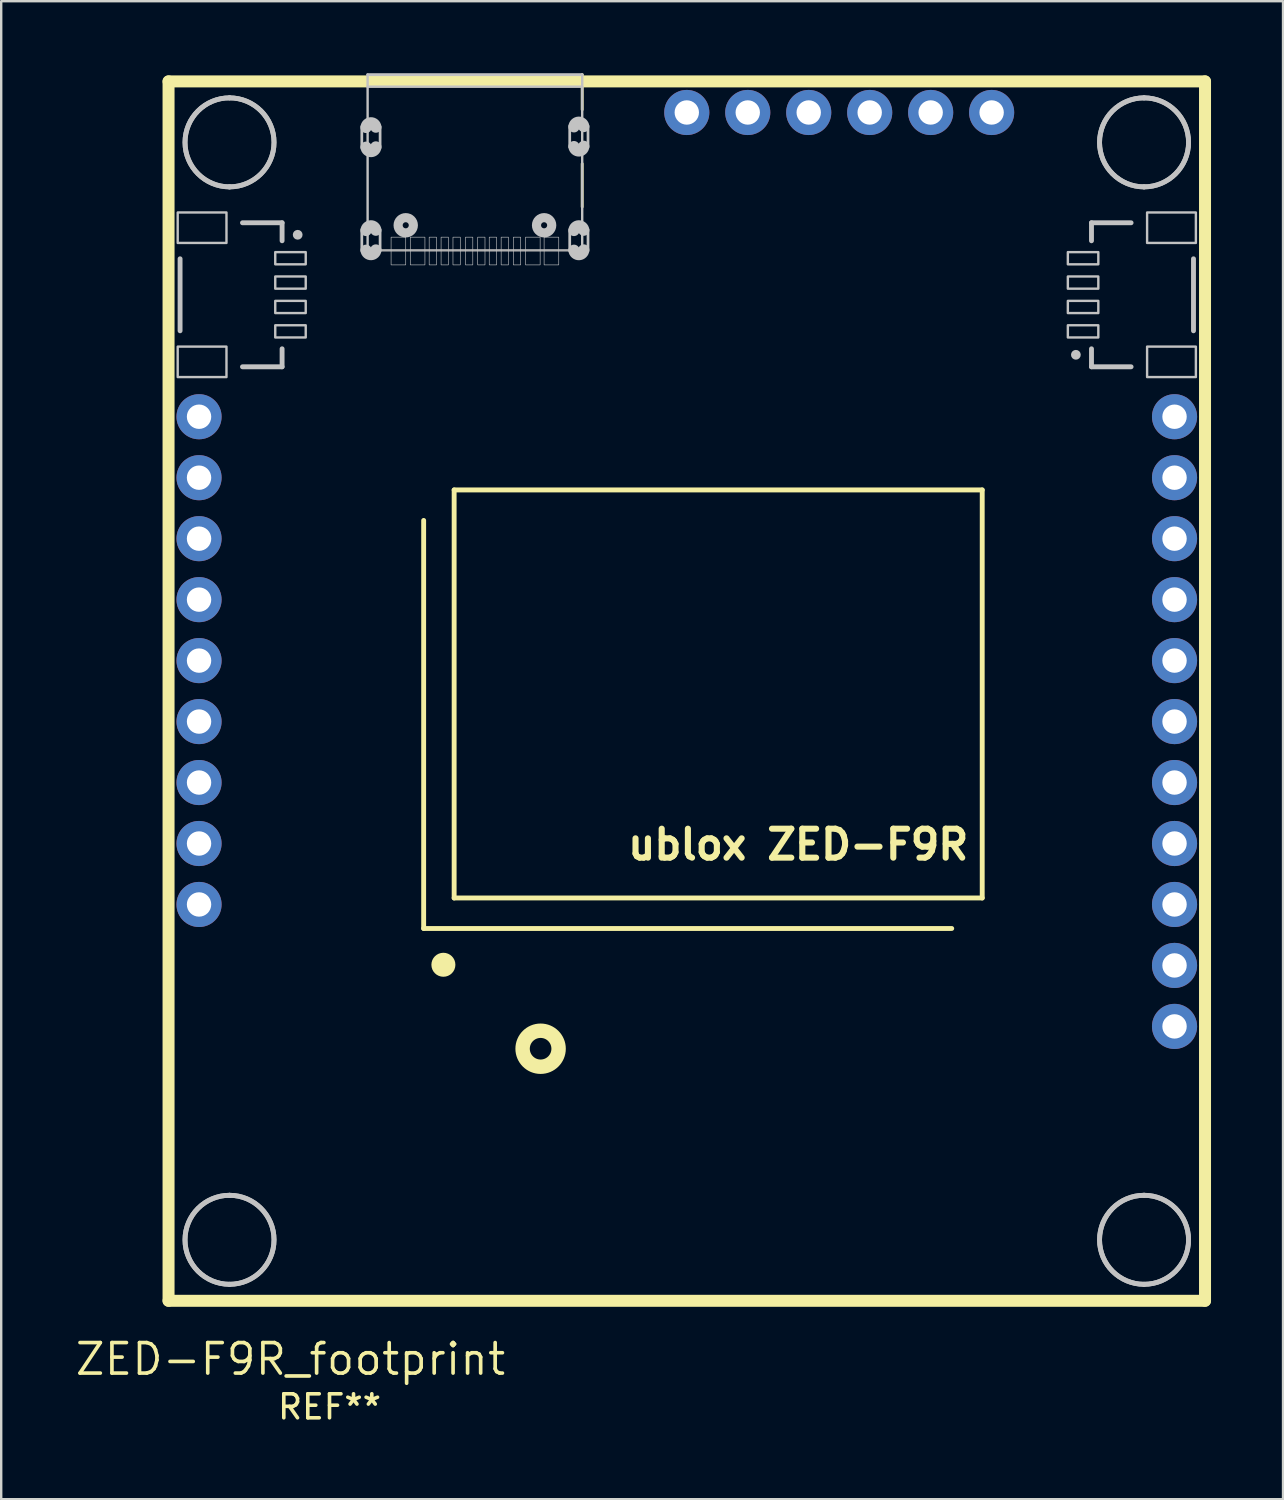
<source format=kicad_pcb>
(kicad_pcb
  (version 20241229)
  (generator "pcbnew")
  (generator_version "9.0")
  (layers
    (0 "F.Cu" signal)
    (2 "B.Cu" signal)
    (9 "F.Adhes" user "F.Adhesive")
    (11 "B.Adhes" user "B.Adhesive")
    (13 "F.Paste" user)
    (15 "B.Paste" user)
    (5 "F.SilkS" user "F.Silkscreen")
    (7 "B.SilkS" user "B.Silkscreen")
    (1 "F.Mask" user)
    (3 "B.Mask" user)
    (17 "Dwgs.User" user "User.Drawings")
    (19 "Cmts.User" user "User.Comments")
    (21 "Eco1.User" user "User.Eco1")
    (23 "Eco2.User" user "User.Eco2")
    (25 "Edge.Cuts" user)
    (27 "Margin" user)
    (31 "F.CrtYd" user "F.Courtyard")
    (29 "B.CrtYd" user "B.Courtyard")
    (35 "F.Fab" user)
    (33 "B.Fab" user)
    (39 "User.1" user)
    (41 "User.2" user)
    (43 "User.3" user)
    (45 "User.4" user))
  (footprint "ZED-F9R_footprint"
    (layer "F.Cu")
    (at 3.972 51.141)
    (property "Reference" "ZED-F9R_footprint" (at 5.08 3.175 0) (layer "F.SilkS") (effects (font (size 1.27 1.27) (thickness 0.152)) (justify bottom)))
    (attr through_hole)
    (fp_line (start 0 0) (end 0 -50.8) (stroke (width 0.5) (type solid)) (layer "F.SilkS"))
    (fp_line (start 10.628 -32.51) (end 10.628 -15.51) (stroke (width 0.203) (type solid)) (layer "F.SilkS"))
    (fp_line (start 10.628 -15.51) (end 32.628 -15.51) (stroke (width 0.203) (type solid)) (layer "F.SilkS"))
    (fp_line (start 11.898 -33.78) (end 11.898 -16.78) (stroke (width 0.203) (type solid)) (layer "F.SilkS"))
    (fp_line (start 11.898 -16.78) (end 33.898 -16.78) (stroke (width 0.203) (type solid)) (layer "F.SilkS"))
    (fp_line (start 17.233 -51.081) (end 17.233 -49.621) (stroke (width 0.12) (type solid)) (layer "F.SilkS"))
    (fp_line (start 17.233 -45.571) (end 17.233 -47.371) (stroke (width 0.12) (type solid)) (layer "F.SilkS"))
    (fp_line (start 33.898 -33.78) (end 11.898 -33.78) (stroke (width 0.203) (type solid)) (layer "F.SilkS"))
    (fp_line (start 33.898 -16.78) (end 33.898 -33.78) (stroke (width 0.203) (type solid)) (layer "F.SilkS"))
    (fp_line (start 43.18 -50.8) (end 0 -50.8) (stroke (width 0.5) (type solid)) (layer "F.SilkS"))
    (fp_line (start 43.18 -50.8) (end 43.18 0) (stroke (width 0.5) (type solid)) (layer "F.SilkS"))
    (fp_line (start 43.18 0) (end 0 0) (stroke (width 0.5) (type solid)) (layer "F.SilkS"))
    (fp_circle (center 11.45 -13.998) (end 11.7 -13.998) (stroke (width 0.5) (type solid)) (fill no) (layer "F.SilkS"))
    (fp_circle (center 15.5 -10.5) (end 16.25 -10.5) (stroke (width 0.6) (type solid)) (fill no) (layer "F.SilkS"))
    (fp_line (start 0.48 -43.41) (end 0.48 -40.41) (stroke (width 0.203) (type solid)) (layer "Dwgs.User"))
    (fp_line (start 3.08 -44.91) (end 4.73 -44.91) (stroke (width 0.203) (type solid)) (layer "Dwgs.User"))
    (fp_line (start 4.73 -44.91) (end 4.73 -44.16) (stroke (width 0.203) (type solid)) (layer "Dwgs.User"))
    (fp_line (start 4.73 -39.66) (end 4.73 -38.91) (stroke (width 0.203) (type solid)) (layer "Dwgs.User"))
    (fp_line (start 4.73 -38.91) (end 3.08 -38.91) (stroke (width 0.203) (type solid)) (layer "Dwgs.User"))
    (fp_line (start 8.293 -51.081) (end 17.233 -51.081) (stroke (width 0.12) (type solid)) (layer "Dwgs.User"))
    (fp_line (start 8.293 -43.761) (end 8.293 -51.081) (stroke (width 0.1) (type solid)) (layer "Dwgs.User"))
    (fp_line (start 17.233 -50.581) (end 8.293 -50.581) (stroke (width 0.1) (type solid)) (layer "Dwgs.User"))
    (fp_line (start 17.233 -43.761) (end 17.233 -51.081) (stroke (width 0.1) (type solid)) (layer "Dwgs.User"))
    (fp_line (start 38.45 -44.91) (end 40.1 -44.91) (stroke (width 0.203) (type solid)) (layer "Dwgs.User"))
    (fp_line (start 38.45 -44.16) (end 38.45 -44.91) (stroke (width 0.203) (type solid)) (layer "Dwgs.User"))
    (fp_line (start 38.45 -38.91) (end 38.45 -39.66) (stroke (width 0.203) (type solid)) (layer "Dwgs.User"))
    (fp_line (start 40.1 -38.91) (end 38.45 -38.91) (stroke (width 0.203) (type solid)) (layer "Dwgs.User"))
    (fp_line (start 42.7 -40.41) (end 42.7 -43.41) (stroke (width 0.203) (type solid)) (layer "Dwgs.User"))
    (fp_arc (start 2.54 -50.1142) (mid 4.3942 -48.26) (end 2.54 -46.4058) (stroke (width 0.2032) (type solid)) (layer "Dwgs.User"))
    (fp_arc (start 2.54 -50.1142) (mid 4.3942 -48.26) (end 2.54 -46.4058) (stroke (width 0.2032) (type solid)) (layer "Dwgs.User"))
    (fp_arc (start 2.54 -46.4058) (mid 0.6858 -48.26) (end 2.54 -50.1142) (stroke (width 0.2032) (type solid)) (layer "Dwgs.User"))
    (fp_arc (start 2.54 -46.4058) (mid 0.6858 -48.26) (end 2.54 -50.1142) (stroke (width 0.2032) (type solid)) (layer "Dwgs.User"))
    (fp_arc (start 2.54 -4.3942) (mid 4.3942 -2.54) (end 2.54 -0.6858) (stroke (width 0.2032) (type solid)) (layer "Dwgs.User"))
    (fp_arc (start 2.54 -4.3942) (mid 4.3942 -2.54) (end 2.54 -0.6858) (stroke (width 0.2032) (type solid)) (layer "Dwgs.User"))
    (fp_arc (start 2.54 -0.6858) (mid 0.6858 -2.54) (end 2.54 -4.3942) (stroke (width 0.2032) (type solid)) (layer "Dwgs.User"))
    (fp_arc (start 2.54 -0.6858) (mid 0.6858 -2.54) (end 2.54 -4.3942) (stroke (width 0.2032) (type solid)) (layer "Dwgs.User"))
    (fp_arc (start 8.228463 -48.883082) (mid 8.426814 -49.074294) (end 8.636 -48.895) (stroke (width 0.4699) (type solid)) (layer "Dwgs.User"))
    (fp_arc (start 8.228463 -44.590482) (mid 8.426814 -44.781694) (end 8.636 -44.6024) (stroke (width 0.4699) (type solid)) (layer "Dwgs.User"))
    (fp_arc (start 8.636 -48.068718) (mid 8.437649 -47.877506) (end 8.228463 -48.0568) (stroke (width 0.4699) (type solid)) (layer "Dwgs.User"))
    (fp_arc (start 8.636 -43.776118) (mid 8.437649 -43.584906) (end 8.228463 -43.7642) (stroke (width 0.4699) (type solid)) (layer "Dwgs.User"))
    (fp_arc (start 16.889863 -48.908482) (mid 17.088214 -49.099694) (end 17.2974 -48.9204) (stroke (width 0.4699) (type solid)) (layer "Dwgs.User"))
    (fp_arc (start 16.889863 -44.590482) (mid 17.088214 -44.781694) (end 17.2974 -44.6024) (stroke (width 0.4699) (type solid)) (layer "Dwgs.User"))
    (fp_arc (start 17.2974 -48.094118) (mid 17.099049 -47.902906) (end 16.889863 -48.0822) (stroke (width 0.4699) (type solid)) (layer "Dwgs.User"))
    (fp_arc (start 17.2974 -43.776118) (mid 17.099049 -43.584906) (end 16.889863 -43.7642) (stroke (width 0.4699) (type solid)) (layer "Dwgs.User"))
    (fp_arc (start 40.64 -50.1142) (mid 42.4942 -48.26) (end 40.64 -46.4058) (stroke (width 0.2032) (type solid)) (layer "Dwgs.User"))
    (fp_arc (start 40.64 -50.1142) (mid 42.4942 -48.26) (end 40.64 -46.4058) (stroke (width 0.2032) (type solid)) (layer "Dwgs.User"))
    (fp_arc (start 40.64 -46.4058) (mid 38.7858 -48.26) (end 40.64 -50.1142) (stroke (width 0.2032) (type solid)) (layer "Dwgs.User"))
    (fp_arc (start 40.64 -46.4058) (mid 38.7858 -48.26) (end 40.64 -50.1142) (stroke (width 0.2032) (type solid)) (layer "Dwgs.User"))
    (fp_arc (start 40.64 -4.3942) (mid 42.4942 -2.54) (end 40.64 -0.6858) (stroke (width 0.2032) (type solid)) (layer "Dwgs.User"))
    (fp_arc (start 40.64 -4.3942) (mid 42.4942 -2.54) (end 40.64 -0.6858) (stroke (width 0.2032) (type solid)) (layer "Dwgs.User"))
    (fp_arc (start 40.64 -0.6858) (mid 38.7858 -2.54) (end 40.64 -4.3942) (stroke (width 0.2032) (type solid)) (layer "Dwgs.User"))
    (fp_arc (start 40.64 -0.6858) (mid 38.7858 -2.54) (end 40.64 -4.3942) (stroke (width 0.2032) (type solid)) (layer "Dwgs.User"))
    (fp_circle (center 5.38 -44.41) (end 5.482 -44.41) (stroke (width 0.203) (type solid)) (fill no) (layer "Dwgs.User"))
    (fp_circle (center 9.881 -44.806) (end 10.008 -44.806) (stroke (width 0.381) (type solid)) (fill no) (layer "Dwgs.User"))
    (fp_circle (center 15.646 -44.806) (end 15.773 -44.806) (stroke (width 0.381) (type solid)) (fill no) (layer "Dwgs.User"))
    (fp_circle (center 37.8 -39.41) (end 37.902 -39.41) (stroke (width 0.203) (type solid)) (fill no) (layer "Dwgs.User"))
    (fp_poly (pts (xy 0.381 -44.069) (xy 2.413 -44.069) (xy 2.413 -45.339) (xy 0.381 -45.339)) (stroke (width 0.1) (type solid)) (fill no) (layer "Dwgs.User"))
    (fp_poly (pts (xy 0.381 -38.481) (xy 2.413 -38.481) (xy 2.413 -39.751) (xy 0.381 -39.751)) (stroke (width 0.1) (type solid)) (fill no) (layer "Dwgs.User"))
    (fp_poly (pts (xy 4.445 -43.18) (xy 5.715 -43.18) (xy 5.715 -43.688) (xy 4.445 -43.688)) (stroke (width 0.1) (type solid)) (fill no) (layer "Dwgs.User"))
    (fp_poly (pts (xy 4.445 -42.164) (xy 5.715 -42.164) (xy 5.715 -42.672) (xy 4.445 -42.672)) (stroke (width 0.1) (type solid)) (fill no) (layer "Dwgs.User"))
    (fp_poly (pts (xy 4.445 -41.148) (xy 5.715 -41.148) (xy 5.715 -41.656) (xy 4.445 -41.656)) (stroke (width 0.1) (type solid)) (fill no) (layer "Dwgs.User"))
    (fp_poly (pts (xy 4.445 -40.132) (xy 5.715 -40.132) (xy 5.715 -40.64) (xy 4.445 -40.64)) (stroke (width 0.1) (type solid)) (fill no) (layer "Dwgs.User"))
    (fp_poly (pts (xy 8.813 -48.031) (xy 8.051 -48.031) (xy 8.051 -48.92) (xy 8.813 -48.92)) (stroke (width 0.114) (type solid)) (fill no) (layer "Dwgs.User"))
    (fp_poly (pts (xy 8.813 -43.739) (xy 8.051 -43.739) (xy 8.051 -44.628) (xy 8.813 -44.628)) (stroke (width 0.114) (type solid)) (fill no) (layer "Dwgs.User"))
    (fp_poly (pts (xy 9.881 -43.155) (xy 9.271 -43.155) (xy 9.271 -44.31) (xy 9.881 -44.31)) (stroke (width 0.025) (type solid)) (fill no) (layer "Dwgs.User"))
    (fp_poly (pts (xy 10.681 -43.155) (xy 10.071 -43.155) (xy 10.071 -44.31) (xy 10.681 -44.31)) (stroke (width 0.025) (type solid)) (fill no) (layer "Dwgs.User"))
    (fp_poly (pts (xy 11.163 -43.155) (xy 10.858 -43.155) (xy 10.858 -44.31) (xy 11.163 -44.31)) (stroke (width 0.025) (type solid)) (fill no) (layer "Dwgs.User"))
    (fp_poly (pts (xy 11.659 -43.155) (xy 11.354 -43.155) (xy 11.354 -44.31) (xy 11.659 -44.31)) (stroke (width 0.025) (type solid)) (fill no) (layer "Dwgs.User"))
    (fp_poly (pts (xy 12.154 -43.155) (xy 11.849 -43.155) (xy 11.849 -44.31) (xy 12.154 -44.31)) (stroke (width 0.025) (type solid)) (fill no) (layer "Dwgs.User"))
    (fp_poly (pts (xy 12.675 -43.155) (xy 12.37 -43.155) (xy 12.37 -44.31) (xy 12.675 -44.31)) (stroke (width 0.025) (type solid)) (fill no) (layer "Dwgs.User"))
    (fp_poly (pts (xy 13.183 -43.155) (xy 12.878 -43.155) (xy 12.878 -44.31) (xy 13.183 -44.31)) (stroke (width 0.025) (type solid)) (fill no) (layer "Dwgs.User"))
    (fp_poly (pts (xy 13.665 -43.155) (xy 13.36 -43.155) (xy 13.36 -44.31) (xy 13.665 -44.31)) (stroke (width 0.025) (type solid)) (fill no) (layer "Dwgs.User"))
    (fp_poly (pts (xy 14.161 -43.155) (xy 13.856 -43.155) (xy 13.856 -44.31) (xy 14.161 -44.31)) (stroke (width 0.025) (type solid)) (fill no) (layer "Dwgs.User"))
    (fp_poly (pts (xy 14.668 -43.155) (xy 14.364 -43.155) (xy 14.364 -44.31) (xy 14.668 -44.31)) (stroke (width 0.025) (type solid)) (fill no) (layer "Dwgs.User"))
    (fp_poly (pts (xy 15.481 -43.155) (xy 14.872 -43.155) (xy 14.872 -44.31) (xy 15.481 -44.31)) (stroke (width 0.025) (type solid)) (fill no) (layer "Dwgs.User"))
    (fp_poly (pts (xy 16.256 -43.155) (xy 15.646 -43.155) (xy 15.646 -44.31) (xy 16.256 -44.31)) (stroke (width 0.025) (type solid)) (fill no) (layer "Dwgs.User"))
    (fp_poly (pts (xy 17.475 -48.057) (xy 16.713 -48.057) (xy 16.713 -48.946) (xy 17.475 -48.946)) (stroke (width 0.114) (type solid)) (fill no) (layer "Dwgs.User"))
    (fp_poly (pts (xy 17.475 -43.739) (xy 16.713 -43.739) (xy 16.713 -44.628) (xy 17.475 -44.628)) (stroke (width 0.114) (type solid)) (fill no) (layer "Dwgs.User"))
    (fp_poly (pts (xy 37.465 -43.18) (xy 38.735 -43.18) (xy 38.735 -43.688) (xy 37.465 -43.688)) (stroke (width 0.1) (type solid)) (fill no) (layer "Dwgs.User"))
    (fp_poly (pts (xy 37.465 -42.164) (xy 38.735 -42.164) (xy 38.735 -42.672) (xy 37.465 -42.672)) (stroke (width 0.1) (type solid)) (fill no) (layer "Dwgs.User"))
    (fp_poly (pts (xy 37.465 -41.148) (xy 38.735 -41.148) (xy 38.735 -41.656) (xy 37.465 -41.656)) (stroke (width 0.1) (type solid)) (fill no) (layer "Dwgs.User"))
    (fp_poly (pts (xy 37.465 -40.132) (xy 38.735 -40.132) (xy 38.735 -40.64) (xy 37.465 -40.64)) (stroke (width 0.1) (type solid)) (fill no) (layer "Dwgs.User"))
    (fp_poly (pts (xy 40.767 -44.069) (xy 42.799 -44.069) (xy 42.799 -45.339) (xy 40.767 -45.339)) (stroke (width 0.1) (type solid)) (fill no) (layer "Dwgs.User"))
    (fp_poly (pts (xy 40.767 -38.481) (xy 42.799 -38.481) (xy 42.799 -39.751) (xy 40.767 -39.751)) (stroke (width 0.1) (type solid)) (fill no) (layer "Dwgs.User"))
    (fp_line (start 17.233 -43.761) (end 8.293 -43.761) (stroke (width 0.1) (type solid)) (layer "F.Fab"))
    (fp_poly (pts (xy 1.016 -37.084) (xy 1.016 -36.576) (xy 1.524 -36.576) (xy 1.524 -37.084)) (stroke (width 0.1) (type solid)) (fill no) (layer "F.Fab"))
    (fp_poly (pts (xy 1.016 -34.544) (xy 1.016 -34.036) (xy 1.524 -34.036) (xy 1.524 -34.544)) (stroke (width 0.1) (type solid)) (fill no) (layer "F.Fab"))
    (fp_poly (pts (xy 1.016 -32.004) (xy 1.016 -31.496) (xy 1.524 -31.496) (xy 1.524 -32.004)) (stroke (width 0.1) (type solid)) (fill no) (layer "F.Fab"))
    (fp_poly (pts (xy 1.016 -29.464) (xy 1.016 -28.956) (xy 1.524 -28.956) (xy 1.524 -29.464)) (stroke (width 0.1) (type solid)) (fill no) (layer "F.Fab"))
    (fp_poly (pts (xy 1.016 -26.924) (xy 1.016 -26.416) (xy 1.524 -26.416) (xy 1.524 -26.924)) (stroke (width 0.1) (type solid)) (fill no) (layer "F.Fab"))
    (fp_poly (pts (xy 1.016 -24.384) (xy 1.016 -23.876) (xy 1.524 -23.876) (xy 1.524 -24.384)) (stroke (width 0.1) (type solid)) (fill no) (layer "F.Fab"))
    (fp_poly (pts (xy 1.016 -21.844) (xy 1.016 -21.336) (xy 1.524 -21.336) (xy 1.524 -21.844)) (stroke (width 0.1) (type solid)) (fill no) (layer "F.Fab"))
    (fp_poly (pts (xy 1.016 -19.304) (xy 1.016 -18.796) (xy 1.524 -18.796) (xy 1.524 -19.304)) (stroke (width 0.1) (type solid)) (fill no) (layer "F.Fab"))
    (fp_poly (pts (xy 1.016 -16.764) (xy 1.016 -16.256) (xy 1.524 -16.256) (xy 1.524 -16.764)) (stroke (width 0.1) (type solid)) (fill no) (layer "F.Fab"))
    (fp_poly (pts (xy 42.164 -36.576) (xy 42.164 -37.084) (xy 41.656 -37.084) (xy 41.656 -36.576)) (stroke (width 0.1) (type solid)) (fill no) (layer "F.Fab"))
    (fp_poly (pts (xy 42.164 -34.036) (xy 42.164 -34.544) (xy 41.656 -34.544) (xy 41.656 -34.036)) (stroke (width 0.1) (type solid)) (fill no) (layer "F.Fab"))
    (fp_poly (pts (xy 42.164 -31.496) (xy 42.164 -32.004) (xy 41.656 -32.004) (xy 41.656 -31.496)) (stroke (width 0.1) (type solid)) (fill no) (layer "F.Fab"))
    (fp_poly (pts (xy 42.164 -28.956) (xy 42.164 -29.464) (xy 41.656 -29.464) (xy 41.656 -28.956)) (stroke (width 0.1) (type solid)) (fill no) (layer "F.Fab"))
    (fp_poly (pts (xy 42.164 -26.416) (xy 42.164 -26.924) (xy 41.656 -26.924) (xy 41.656 -26.416)) (stroke (width 0.1) (type solid)) (fill no) (layer "F.Fab"))
    (fp_poly (pts (xy 42.164 -23.876) (xy 42.164 -24.384) (xy 41.656 -24.384) (xy 41.656 -23.876)) (stroke (width 0.1) (type solid)) (fill no) (layer "F.Fab"))
    (fp_poly (pts (xy 42.164 -21.336) (xy 42.164 -21.844) (xy 41.656 -21.844) (xy 41.656 -21.336)) (stroke (width 0.1) (type solid)) (fill no) (layer "F.Fab"))
    (fp_poly (pts (xy 42.164 -18.796) (xy 42.164 -19.304) (xy 41.656 -19.304) (xy 41.656 -18.796)) (stroke (width 0.1) (type solid)) (fill no) (layer "F.Fab"))
    (fp_poly (pts (xy 42.164 -16.256) (xy 42.164 -16.764) (xy 41.656 -16.764) (xy 41.656 -16.256)) (stroke (width 0.1) (type solid)) (fill no) (layer "F.Fab"))
    (fp_poly (pts (xy 42.164 -13.716) (xy 42.164 -14.224) (xy 41.656 -14.224) (xy 41.656 -13.716)) (stroke (width 0.1) (type solid)) (fill no) (layer "F.Fab"))
    (fp_poly (pts (xy 42.164 -11.176) (xy 42.164 -11.684) (xy 41.656 -11.684) (xy 41.656 -11.176)) (stroke (width 0.1) (type solid)) (fill no) (layer "F.Fab"))
    (fp_text user "REF**" (at 6.706 4.42 180) (layer "F.SilkS") (effects (font (size 1 1) (thickness 0.15))))
    (fp_text user "ublox ZED-F9R" (at 19 -18.3 0) (layer "F.SilkS") (effects (font (size 1.206 1.206) (thickness 0.254)) (justify left bottom)))
    (pad "1" thru_hole circle (at 1.27 -36.83) (size 1.88 1.88) (drill 1.016) (layers "*.Cu" "*.Mask"))
    (pad "2" thru_hole circle (at 1.27 -34.29) (size 1.88 1.88) (drill 1.016) (layers "*.Cu" "*.Mask"))
    (pad "3" thru_hole circle (at 1.27 -31.75) (size 1.88 1.88) (drill 1.016) (layers "*.Cu" "*.Mask"))
    (pad "4" thru_hole circle (at 1.27 -29.21) (size 1.88 1.88) (drill 1.016) (layers "*.Cu" "*.Mask"))
    (pad "5" thru_hole circle (at 1.27 -26.67) (size 1.88 1.88) (drill 1.016) (layers "*.Cu" "*.Mask"))
    (pad "6" thru_hole circle (at 1.27 -24.13) (size 1.88 1.88) (drill 1.016) (layers "*.Cu" "*.Mask"))
    (pad "7" thru_hole circle (at 1.27 -21.59) (size 1.88 1.88) (drill 1.016) (layers "*.Cu" "*.Mask"))
    (pad "8" thru_hole circle (at 1.27 -19.05) (size 1.88 1.88) (drill 1.016) (layers "*.Cu" "*.Mask"))
    (pad "9" thru_hole circle (at 1.27 -16.51) (size 1.88 1.88) (drill 1.016) (layers "*.Cu" "*.Mask"))
    (pad "10" thru_hole circle (at 41.91 -11.43 180) (size 1.88 1.88) (drill 1.016) (layers "*.Cu" "*.Mask"))
    (pad "11" thru_hole circle (at 41.91 -13.97 180) (size 1.88 1.88) (drill 1.016) (layers "*.Cu" "*.Mask"))
    (pad "12" thru_hole circle (at 41.91 -16.51 180) (size 1.88 1.88) (drill 1.016) (layers "*.Cu" "*.Mask"))
    (pad "13" thru_hole circle (at 41.91 -19.05 180) (size 1.88 1.88) (drill 1.016) (layers "*.Cu" "*.Mask"))
    (pad "14" thru_hole circle (at 41.91 -21.59 180) (size 1.88 1.88) (drill 1.016) (layers "*.Cu" "*.Mask"))
    (pad "15" thru_hole circle (at 41.91 -24.13 180) (size 1.88 1.88) (drill 1.016) (layers "*.Cu" "*.Mask"))
    (pad "16" thru_hole circle (at 41.91 -26.67 180) (size 1.88 1.88) (drill 1.016) (layers "*.Cu" "*.Mask"))
    (pad "17" thru_hole circle (at 41.91 -29.21 180) (size 1.88 1.88) (drill 1.016) (layers "*.Cu" "*.Mask"))
    (pad "18" thru_hole circle (at 41.91 -31.75 180) (size 1.88 1.88) (drill 1.016) (layers "*.Cu" "*.Mask"))
    (pad "19" thru_hole circle (at 41.91 -34.29 180) (size 1.88 1.88) (drill 1.016) (layers "*.Cu" "*.Mask"))
    (pad "20" thru_hole circle (at 41.91 -36.83 180) (size 1.88 1.88) (drill 1.016) (layers "*.Cu" "*.Mask"))
    (pad "21" thru_hole circle (at 34.29 -49.505 90) (size 1.88 1.88) (drill 1.016) (layers "*.Cu" "*.Mask"))
    (pad "22" thru_hole circle (at 31.75 -49.505 90) (size 1.88 1.88) (drill 1.016) (layers "*.Cu" "*.Mask"))
    (pad "23" thru_hole circle (at 29.21 -49.505 90) (size 1.88 1.88) (drill 1.016) (layers "*.Cu" "*.Mask"))
    (pad "24" thru_hole circle (at 26.67 -49.505 90) (size 1.88 1.88) (drill 1.016) (layers "*.Cu" "*.Mask"))
    (pad "25" thru_hole circle (at 24.13 -49.505 90) (size 1.88 1.88) (drill 1.016) (layers "*.Cu" "*.Mask"))
    (pad "26" thru_hole circle (at 21.59 -49.505 90) (size 1.88 1.88) (drill 1.016) (layers "*.Cu" "*.Mask")))
  (gr_rect
    (start -3 -3)
    (end 50.402 59.409)
    (stroke (width 0.1) (type default))
    (fill no)
    (layer "Edge.Cuts")))
</source>
